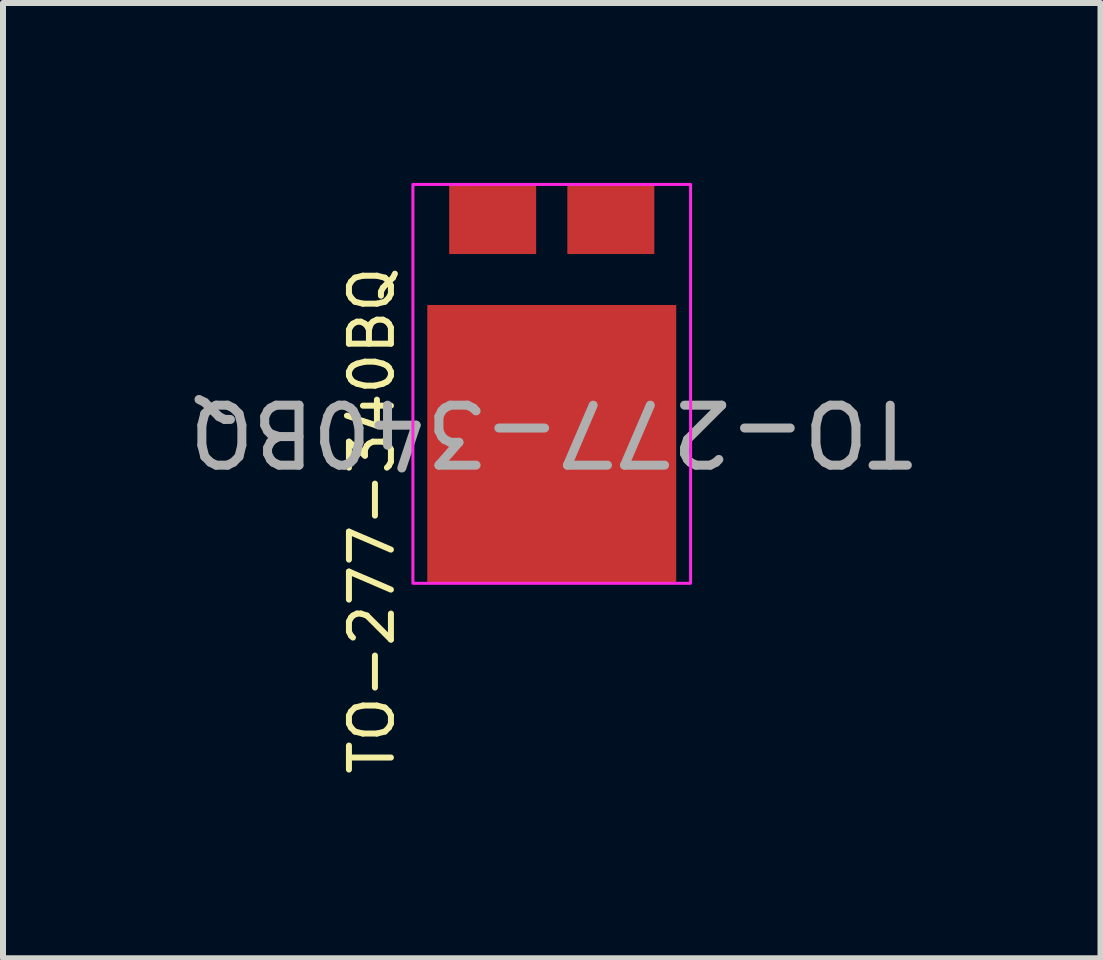
<source format=kicad_pcb>
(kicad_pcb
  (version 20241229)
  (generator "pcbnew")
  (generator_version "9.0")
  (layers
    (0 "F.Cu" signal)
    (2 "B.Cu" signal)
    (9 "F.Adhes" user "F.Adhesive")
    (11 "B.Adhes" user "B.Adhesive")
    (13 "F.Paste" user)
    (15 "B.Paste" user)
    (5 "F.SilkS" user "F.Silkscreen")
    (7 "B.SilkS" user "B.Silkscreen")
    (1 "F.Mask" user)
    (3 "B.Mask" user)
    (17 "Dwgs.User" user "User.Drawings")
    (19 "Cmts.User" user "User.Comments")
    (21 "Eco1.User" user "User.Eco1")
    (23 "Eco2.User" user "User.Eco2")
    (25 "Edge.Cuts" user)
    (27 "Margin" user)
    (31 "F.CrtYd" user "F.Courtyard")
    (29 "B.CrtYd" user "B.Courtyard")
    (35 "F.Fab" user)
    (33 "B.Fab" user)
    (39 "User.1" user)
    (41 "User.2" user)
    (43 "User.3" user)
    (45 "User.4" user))
  (footprint "TO-277-340BQ"
    (layer "F.Cu")
    (at 6.149 2.03)
    (property "Reference" "TO-277-340BQ" (at -3 3.6 90) (unlocked yes) (layer "F.SilkS") (effects (font (size 0.7 0.7) (thickness 0.1))))
    (property "Value" "${Value}" (at -3 -0.21 90) (unlocked yes) (layer "F.SilkS") (hide yes) (effects (font (size 0.6 0.6) (thickness 0.1))))
    (attr smd)
    (fp_rect (start -2.315 -2.005) (end 2.315 4.645) (stroke (width 0.05) (type default)) (fill no) (layer "F.CrtYd"))
    (fp_text user "${REFERENCE}" (at 0 2.13 180) (unlocked yes) (layer "F.Fab") (effects (font (size 1 1) (thickness 0.15))))
    (pad "1" smd rect (at -0.985 -1.42 90) (size 1.15 1.45) (layers "F.Cu" "F.Mask" "F.Paste"))
    (pad "1" smd rect (at 0.985 -1.42 90) (size 1.15 1.45) (layers "F.Cu" "F.Mask" "F.Paste"))
    (pad "2" smd rect (at 0 2.33 90) (size 4.65 4.15) (layers "F.Cu" "F.Mask" "F.Paste")))
  (gr_rect
    (start -3 -3)
    (end 15.298 12.927)
    (stroke (width 0.1) (type default))
    (fill no)
    (layer "Edge.Cuts")))
</source>
